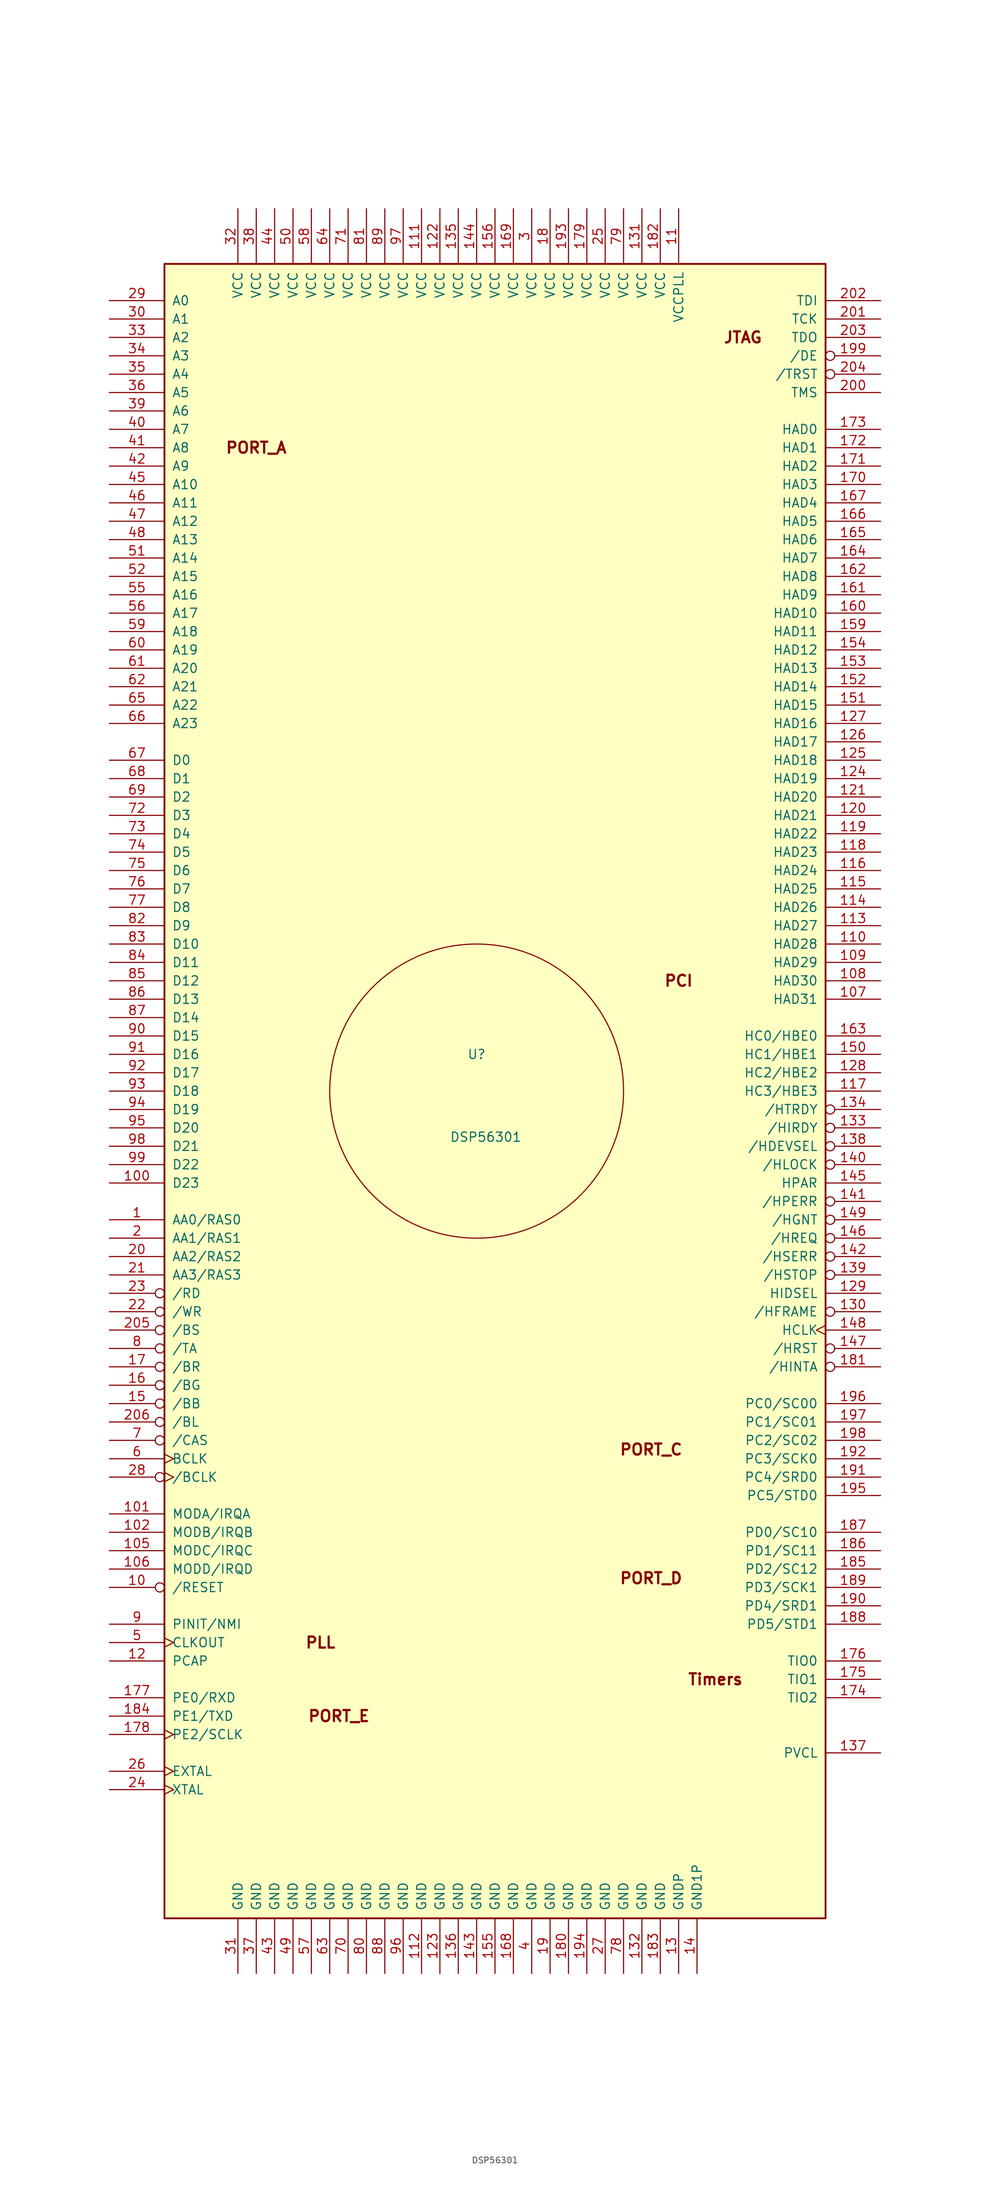
<source format=kicad_sym>
(kicad_symbol_lib
  (version 20220914)
  (generator kicad_symbol_editor)
  (symbol "DSP56301"
    (pin_names
      (offset 1.016))
    (property "Reference" "U"
      (at 0 2.54 0)
      (effects (font (size 1.27 1.27))))
    (property "Value" "DSP56301"
      (at 1.27 -8.89 0)
      (effects (font (size 1.27 1.27))))
    (symbol "DSP56301_0_1"
      (rectangle (start -43.18 111.76) (end 48.26 -116.84) (stroke (width 0.254) (type default)) (fill (type background)))
      (circle (center 0 -2.54) (radius 20.32) (stroke (width 0) (type default)) (fill (type none)))
      (text "JTAG" (at 36.83 101.6 0) (effects (font (size 1.524 1.524) bold)))
      (text "PCI" (at 27.94 12.7 0) (effects (font (size 1.524 1.524) bold)))
      (text "PLL" (at -21.59 -78.74 0) (effects (font (size 1.524 1.524) bold)))
      (text "PORT_A" (at -30.48 86.36 0) (effects (font (size 1.524 1.524) bold)))
      (text "PORT_C" (at 24.13 -52.07 0) (effects (font (size 1.524 1.524) bold)))
      (text "PORT_D" (at 24.13 -69.85 0) (effects (font (size 1.524 1.524) bold)))
      (text "PORT_E" (at -19.05 -88.9 0) (effects (font (size 1.524 1.524) bold)))
      (text "Timers" (at 33.02 -83.82 0) (effects (font (size 1.524 1.524) bold))))
    (symbol "DSP56301_1_1"
      (pin output line (at -50.8 -20.32 0) (length 7.62) (name "AA0/RAS0" (effects (font (size 1.27 1.27)))) (number "1" (effects (font (size 1.27 1.27)))))
      (pin input inverted (at -50.8 -71.12 0) (length 7.62) (name "/RESET" (effects (font (size 1.27 1.27)))) (number "10" (effects (font (size 1.27 1.27)))))
      (pin bidirectional line (at -50.8 -15.24 0) (length 7.62) (name "D23" (effects (font (size 1.27 1.27)))) (number "100" (effects (font (size 1.27 1.27)))))
      (pin input line (at -50.8 -60.96 0) (length 7.62) (name "MODA/IRQA" (effects (font (size 1.27 1.27)))) (number "101" (effects (font (size 1.27 1.27)))))
      (pin input line (at -50.8 -63.5 0) (length 7.62) (name "MODB/IRQB" (effects (font (size 1.27 1.27)))) (number "102" (effects (font (size 1.27 1.27)))))
      (pin input line (at -50.8 -66.04 0) (length 7.62) (name "MODC/IRQC" (effects (font (size 1.27 1.27)))) (number "105" (effects (font (size 1.27 1.27)))))
      (pin input line (at -50.8 -68.58 0) (length 7.62) (name "MODD/IRQD" (effects (font (size 1.27 1.27)))) (number "106" (effects (font (size 1.27 1.27)))))
      (pin bidirectional line (at 55.88 10.16 180) (length 7.62) (name "HAD31" (effects (font (size 1.27 1.27)))) (number "107" (effects (font (size 1.27 1.27)))))
      (pin bidirectional line (at 55.88 12.7 180) (length 7.62) (name "HAD30" (effects (font (size 1.27 1.27)))) (number "108" (effects (font (size 1.27 1.27)))))
      (pin bidirectional line (at 55.88 15.24 180) (length 7.62) (name "HAD29" (effects (font (size 1.27 1.27)))) (number "109" (effects (font (size 1.27 1.27)))))
      (pin power_in line (at 27.94 119.38 270) (length 7.62) (name "VCCPLL" (effects (font (size 1.27 1.27)))) (number "11" (effects (font (size 1.27 1.27)))))
      (pin bidirectional line (at 55.88 17.78 180) (length 7.62) (name "HAD28" (effects (font (size 1.27 1.27)))) (number "110" (effects (font (size 1.27 1.27)))))
      (pin power_in line (at -7.62 119.38 270) (length 7.62) (name "VCC" (effects (font (size 1.27 1.27)))) (number "111" (effects (font (size 1.27 1.27)))))
      (pin power_in line (at -7.62 -124.46 90) (length 7.62) (name "GND" (effects (font (size 1.27 1.27)))) (number "112" (effects (font (size 1.27 1.27)))))
      (pin bidirectional line (at 55.88 20.32 180) (length 7.62) (name "HAD27" (effects (font (size 1.27 1.27)))) (number "113" (effects (font (size 1.27 1.27)))))
      (pin bidirectional line (at 55.88 22.86 180) (length 7.62) (name "HAD26" (effects (font (size 1.27 1.27)))) (number "114" (effects (font (size 1.27 1.27)))))
      (pin bidirectional line (at 55.88 25.4 180) (length 7.62) (name "HAD25" (effects (font (size 1.27 1.27)))) (number "115" (effects (font (size 1.27 1.27)))))
      (pin bidirectional line (at 55.88 27.94 180) (length 7.62) (name "HAD24" (effects (font (size 1.27 1.27)))) (number "116" (effects (font (size 1.27 1.27)))))
      (pin bidirectional line (at 55.88 -2.54 180) (length 7.62) (name "HC3/HBE3" (effects (font (size 1.27 1.27)))) (number "117" (effects (font (size 1.27 1.27)))))
      (pin bidirectional line (at 55.88 30.48 180) (length 7.62) (name "HAD23" (effects (font (size 1.27 1.27)))) (number "118" (effects (font (size 1.27 1.27)))))
      (pin bidirectional line (at 55.88 33.02 180) (length 7.62) (name "HAD22" (effects (font (size 1.27 1.27)))) (number "119" (effects (font (size 1.27 1.27)))))
      (pin input line (at -50.8 -81.28 0) (length 7.62) (name "PCAP" (effects (font (size 1.27 1.27)))) (number "12" (effects (font (size 1.27 1.27)))))
      (pin bidirectional line (at 55.88 35.56 180) (length 7.62) (name "HAD21" (effects (font (size 1.27 1.27)))) (number "120" (effects (font (size 1.27 1.27)))))
      (pin bidirectional line (at 55.88 38.1 180) (length 7.62) (name "HAD20" (effects (font (size 1.27 1.27)))) (number "121" (effects (font (size 1.27 1.27)))))
      (pin power_in line (at -5.08 119.38 270) (length 7.62) (name "VCC" (effects (font (size 1.27 1.27)))) (number "122" (effects (font (size 1.27 1.27)))))
      (pin power_in line (at -5.08 -124.46 90) (length 7.62) (name "GND" (effects (font (size 1.27 1.27)))) (number "123" (effects (font (size 1.27 1.27)))))
      (pin bidirectional line (at 55.88 40.64 180) (length 7.62) (name "HAD19" (effects (font (size 1.27 1.27)))) (number "124" (effects (font (size 1.27 1.27)))))
      (pin bidirectional line (at 55.88 43.18 180) (length 7.62) (name "HAD18" (effects (font (size 1.27 1.27)))) (number "125" (effects (font (size 1.27 1.27)))))
      (pin bidirectional line (at 55.88 45.72 180) (length 7.62) (name "HAD17" (effects (font (size 1.27 1.27)))) (number "126" (effects (font (size 1.27 1.27)))))
      (pin bidirectional line (at 55.88 48.26 180) (length 7.62) (name "HAD16" (effects (font (size 1.27 1.27)))) (number "127" (effects (font (size 1.27 1.27)))))
      (pin bidirectional line (at 55.88 0 180) (length 7.62) (name "HC2/HBE2" (effects (font (size 1.27 1.27)))) (number "128" (effects (font (size 1.27 1.27)))))
      (pin input line (at 55.88 -30.48 180) (length 7.62) (name "HIDSEL" (effects (font (size 1.27 1.27)))) (number "129" (effects (font (size 1.27 1.27)))))
      (pin power_in line (at 27.94 -124.46 90) (length 7.62) (name "GNDP" (effects (font (size 1.27 1.27)))) (number "13" (effects (font (size 1.27 1.27)))))
      (pin bidirectional inverted (at 55.88 -33.02 180) (length 7.62) (name "/HFRAME" (effects (font (size 1.27 1.27)))) (number "130" (effects (font (size 1.27 1.27)))))
      (pin power_in line (at 22.86 119.38 270) (length 7.62) (name "VCC" (effects (font (size 1.27 1.27)))) (number "131" (effects (font (size 1.27 1.27)))))
      (pin power_in line (at 22.86 -124.46 90) (length 7.62) (name "GND" (effects (font (size 1.27 1.27)))) (number "132" (effects (font (size 1.27 1.27)))))
      (pin bidirectional inverted (at 55.88 -7.62 180) (length 7.62) (name "/HIRDY" (effects (font (size 1.27 1.27)))) (number "133" (effects (font (size 1.27 1.27)))))
      (pin bidirectional inverted (at 55.88 -5.08 180) (length 7.62) (name "/HTRDY" (effects (font (size 1.27 1.27)))) (number "134" (effects (font (size 1.27 1.27)))))
      (pin power_in line (at -2.54 119.38 270) (length 7.62) (name "VCC" (effects (font (size 1.27 1.27)))) (number "135" (effects (font (size 1.27 1.27)))))
      (pin power_in line (at -2.54 -124.46 90) (length 7.62) (name "GND" (effects (font (size 1.27 1.27)))) (number "136" (effects (font (size 1.27 1.27)))))
      (pin input line (at 55.88 -93.98 180) (length 7.62) (name "PVCL" (effects (font (size 1.27 1.27)))) (number "137" (effects (font (size 1.27 1.27)))))
      (pin bidirectional inverted (at 55.88 -10.16 180) (length 7.62) (name "/HDEVSEL" (effects (font (size 1.27 1.27)))) (number "138" (effects (font (size 1.27 1.27)))))
      (pin bidirectional inverted (at 55.88 -27.94 180) (length 7.62) (name "/HSTOP" (effects (font (size 1.27 1.27)))) (number "139" (effects (font (size 1.27 1.27)))))
      (pin power_in line (at 30.48 -124.46 90) (length 7.62) (name "GND1P" (effects (font (size 1.27 1.27)))) (number "14" (effects (font (size 1.27 1.27)))))
      (pin bidirectional inverted (at 55.88 -12.7 180) (length 7.62) (name "/HLOCK" (effects (font (size 1.27 1.27)))) (number "140" (effects (font (size 1.27 1.27)))))
      (pin bidirectional inverted (at 55.88 -17.78 180) (length 7.62) (name "/HPERR" (effects (font (size 1.27 1.27)))) (number "141" (effects (font (size 1.27 1.27)))))
      (pin output inverted (at 55.88 -25.4 180) (length 7.62) (name "/HSERR" (effects (font (size 1.27 1.27)))) (number "142" (effects (font (size 1.27 1.27)))))
      (pin power_in line (at 0 -124.46 90) (length 7.62) (name "GND" (effects (font (size 1.27 1.27)))) (number "143" (effects (font (size 1.27 1.27)))))
      (pin power_in line (at 0 119.38 270) (length 7.62) (name "VCC" (effects (font (size 1.27 1.27)))) (number "144" (effects (font (size 1.27 1.27)))))
      (pin bidirectional line (at 55.88 -15.24 180) (length 7.62) (name "HPAR" (effects (font (size 1.27 1.27)))) (number "145" (effects (font (size 1.27 1.27)))))
      (pin output inverted (at 55.88 -22.86 180) (length 7.62) (name "/HREQ" (effects (font (size 1.27 1.27)))) (number "146" (effects (font (size 1.27 1.27)))))
      (pin input inverted (at 55.88 -38.1 180) (length 7.62) (name "/HRST" (effects (font (size 1.27 1.27)))) (number "147" (effects (font (size 1.27 1.27)))))
      (pin input clock (at 55.88 -35.56 180) (length 7.62) (name "HCLK" (effects (font (size 1.27 1.27)))) (number "148" (effects (font (size 1.27 1.27)))))
      (pin input inverted (at 55.88 -20.32 180) (length 7.62) (name "/HGNT" (effects (font (size 1.27 1.27)))) (number "149" (effects (font (size 1.27 1.27)))))
      (pin bidirectional inverted (at -50.8 -45.72 0) (length 7.62) (name "/BB" (effects (font (size 1.27 1.27)))) (number "15" (effects (font (size 1.27 1.27)))))
      (pin bidirectional line (at 55.88 2.54 180) (length 7.62) (name "HC1/HBE1" (effects (font (size 1.27 1.27)))) (number "150" (effects (font (size 1.27 1.27)))))
      (pin bidirectional line (at 55.88 50.8 180) (length 7.62) (name "HAD15" (effects (font (size 1.27 1.27)))) (number "151" (effects (font (size 1.27 1.27)))))
      (pin bidirectional line (at 55.88 53.34 180) (length 7.62) (name "HAD14" (effects (font (size 1.27 1.27)))) (number "152" (effects (font (size 1.27 1.27)))))
      (pin bidirectional line (at 55.88 55.88 180) (length 7.62) (name "HAD13" (effects (font (size 1.27 1.27)))) (number "153" (effects (font (size 1.27 1.27)))))
      (pin bidirectional line (at 55.88 58.42 180) (length 7.62) (name "HAD12" (effects (font (size 1.27 1.27)))) (number "154" (effects (font (size 1.27 1.27)))))
      (pin power_in line (at 2.54 -124.46 90) (length 7.62) (name "GND" (effects (font (size 1.27 1.27)))) (number "155" (effects (font (size 1.27 1.27)))))
      (pin power_in line (at 2.54 119.38 270) (length 7.62) (name "VCC" (effects (font (size 1.27 1.27)))) (number "156" (effects (font (size 1.27 1.27)))))
      (pin bidirectional line (at 55.88 60.96 180) (length 7.62) (name "HAD11" (effects (font (size 1.27 1.27)))) (number "159" (effects (font (size 1.27 1.27)))))
      (pin input inverted (at -50.8 -43.18 0) (length 7.62) (name "/BG" (effects (font (size 1.27 1.27)))) (number "16" (effects (font (size 1.27 1.27)))))
      (pin bidirectional line (at 55.88 63.5 180) (length 7.62) (name "HAD10" (effects (font (size 1.27 1.27)))) (number "160" (effects (font (size 1.27 1.27)))))
      (pin bidirectional line (at 55.88 66.04 180) (length 7.62) (name "HAD9" (effects (font (size 1.27 1.27)))) (number "161" (effects (font (size 1.27 1.27)))))
      (pin bidirectional line (at 55.88 68.58 180) (length 7.62) (name "HAD8" (effects (font (size 1.27 1.27)))) (number "162" (effects (font (size 1.27 1.27)))))
      (pin bidirectional line (at 55.88 5.08 180) (length 7.62) (name "HC0/HBE0" (effects (font (size 1.27 1.27)))) (number "163" (effects (font (size 1.27 1.27)))))
      (pin bidirectional line (at 55.88 71.12 180) (length 7.62) (name "HAD7" (effects (font (size 1.27 1.27)))) (number "164" (effects (font (size 1.27 1.27)))))
      (pin bidirectional line (at 55.88 73.66 180) (length 7.62) (name "HAD6" (effects (font (size 1.27 1.27)))) (number "165" (effects (font (size 1.27 1.27)))))
      (pin bidirectional line (at 55.88 76.2 180) (length 7.62) (name "HAD5" (effects (font (size 1.27 1.27)))) (number "166" (effects (font (size 1.27 1.27)))))
      (pin bidirectional line (at 55.88 78.74 180) (length 7.62) (name "HAD4" (effects (font (size 1.27 1.27)))) (number "167" (effects (font (size 1.27 1.27)))))
      (pin power_in line (at 5.08 -124.46 90) (length 7.62) (name "GND" (effects (font (size 1.27 1.27)))) (number "168" (effects (font (size 1.27 1.27)))))
      (pin power_in line (at 5.08 119.38 270) (length 7.62) (name "VCC" (effects (font (size 1.27 1.27)))) (number "169" (effects (font (size 1.27 1.27)))))
      (pin output inverted (at -50.8 -40.64 0) (length 7.62) (name "/BR" (effects (font (size 1.27 1.27)))) (number "17" (effects (font (size 1.27 1.27)))))
      (pin bidirectional line (at 55.88 81.28 180) (length 7.62) (name "HAD3" (effects (font (size 1.27 1.27)))) (number "170" (effects (font (size 1.27 1.27)))))
      (pin bidirectional line (at 55.88 83.82 180) (length 7.62) (name "HAD2" (effects (font (size 1.27 1.27)))) (number "171" (effects (font (size 1.27 1.27)))))
      (pin bidirectional line (at 55.88 86.36 180) (length 7.62) (name "HAD1" (effects (font (size 1.27 1.27)))) (number "172" (effects (font (size 1.27 1.27)))))
      (pin bidirectional line (at 55.88 88.9 180) (length 7.62) (name "HAD0" (effects (font (size 1.27 1.27)))) (number "173" (effects (font (size 1.27 1.27)))))
      (pin bidirectional line (at 55.88 -86.36 180) (length 7.62) (name "TIO2" (effects (font (size 1.27 1.27)))) (number "174" (effects (font (size 1.27 1.27)))))
      (pin bidirectional line (at 55.88 -83.82 180) (length 7.62) (name "TIO1" (effects (font (size 1.27 1.27)))) (number "175" (effects (font (size 1.27 1.27)))))
      (pin bidirectional line (at 55.88 -81.28 180) (length 7.62) (name "TIO0" (effects (font (size 1.27 1.27)))) (number "176" (effects (font (size 1.27 1.27)))))
      (pin bidirectional line (at -50.8 -86.36 0) (length 7.62) (name "PE0/RXD" (effects (font (size 1.27 1.27)))) (number "177" (effects (font (size 1.27 1.27)))))
      (pin bidirectional clock (at -50.8 -91.44 0) (length 7.62) (name "PE2/SCLK" (effects (font (size 1.27 1.27)))) (number "178" (effects (font (size 1.27 1.27)))))
      (pin power_in line (at 15.24 119.38 270) (length 7.62) (name "VCC" (effects (font (size 1.27 1.27)))) (number "179" (effects (font (size 1.27 1.27)))))
      (pin power_in line (at 10.16 119.38 270) (length 7.62) (name "VCC" (effects (font (size 1.27 1.27)))) (number "18" (effects (font (size 1.27 1.27)))))
      (pin power_in line (at 12.7 -124.46 90) (length 7.62) (name "GND" (effects (font (size 1.27 1.27)))) (number "180" (effects (font (size 1.27 1.27)))))
      (pin output inverted (at 55.88 -40.64 180) (length 7.62) (name "/HINTA" (effects (font (size 1.27 1.27)))) (number "181" (effects (font (size 1.27 1.27)))))
      (pin power_in line (at 25.4 119.38 270) (length 7.62) (name "VCC" (effects (font (size 1.27 1.27)))) (number "182" (effects (font (size 1.27 1.27)))))
      (pin power_in line (at 25.4 -124.46 90) (length 7.62) (name "GND" (effects (font (size 1.27 1.27)))) (number "183" (effects (font (size 1.27 1.27)))))
      (pin bidirectional line (at -50.8 -88.9 0) (length 7.62) (name "PE1/TXD" (effects (font (size 1.27 1.27)))) (number "184" (effects (font (size 1.27 1.27)))))
      (pin bidirectional line (at 55.88 -68.58 180) (length 7.62) (name "PD2/SC12" (effects (font (size 1.27 1.27)))) (number "185" (effects (font (size 1.27 1.27)))))
      (pin bidirectional line (at 55.88 -66.04 180) (length 7.62) (name "PD1/SC11" (effects (font (size 1.27 1.27)))) (number "186" (effects (font (size 1.27 1.27)))))
      (pin bidirectional line (at 55.88 -63.5 180) (length 7.62) (name "PD0/SC10" (effects (font (size 1.27 1.27)))) (number "187" (effects (font (size 1.27 1.27)))))
      (pin bidirectional line (at 55.88 -76.2 180) (length 7.62) (name "PD5/STD1" (effects (font (size 1.27 1.27)))) (number "188" (effects (font (size 1.27 1.27)))))
      (pin bidirectional line (at 55.88 -71.12 180) (length 7.62) (name "PD3/SCK1" (effects (font (size 1.27 1.27)))) (number "189" (effects (font (size 1.27 1.27)))))
      (pin power_in line (at 10.16 -124.46 90) (length 7.62) (name "GND" (effects (font (size 1.27 1.27)))) (number "19" (effects (font (size 1.27 1.27)))))
      (pin bidirectional line (at 55.88 -73.66 180) (length 7.62) (name "PD4/SRD1" (effects (font (size 1.27 1.27)))) (number "190" (effects (font (size 1.27 1.27)))))
      (pin bidirectional line (at 55.88 -55.88 180) (length 7.62) (name "PC4/SRD0" (effects (font (size 1.27 1.27)))) (number "191" (effects (font (size 1.27 1.27)))))
      (pin bidirectional line (at 55.88 -53.34 180) (length 7.62) (name "PC3/SCK0" (effects (font (size 1.27 1.27)))) (number "192" (effects (font (size 1.27 1.27)))))
      (pin power_in line (at 12.7 119.38 270) (length 7.62) (name "VCC" (effects (font (size 1.27 1.27)))) (number "193" (effects (font (size 1.27 1.27)))))
      (pin power_in line (at 15.24 -124.46 90) (length 7.62) (name "GND" (effects (font (size 1.27 1.27)))) (number "194" (effects (font (size 1.27 1.27)))))
      (pin bidirectional line (at 55.88 -58.42 180) (length 7.62) (name "PC5/STD0" (effects (font (size 1.27 1.27)))) (number "195" (effects (font (size 1.27 1.27)))))
      (pin bidirectional line (at 55.88 -45.72 180) (length 7.62) (name "PC0/SC00" (effects (font (size 1.27 1.27)))) (number "196" (effects (font (size 1.27 1.27)))))
      (pin bidirectional line (at 55.88 -48.26 180) (length 7.62) (name "PC1/SC01" (effects (font (size 1.27 1.27)))) (number "197" (effects (font (size 1.27 1.27)))))
      (pin bidirectional line (at 55.88 -50.8 180) (length 7.62) (name "PC2/SC02" (effects (font (size 1.27 1.27)))) (number "198" (effects (font (size 1.27 1.27)))))
      (pin output inverted (at 55.88 99.06 180) (length 7.62) (name "/DE" (effects (font (size 1.27 1.27)))) (number "199" (effects (font (size 1.27 1.27)))))
      (pin output line (at -50.8 -22.86 0) (length 7.62) (name "AA1/RAS1" (effects (font (size 1.27 1.27)))) (number "2" (effects (font (size 1.27 1.27)))))
      (pin output line (at -50.8 -25.4 0) (length 7.62) (name "AA2/RAS2" (effects (font (size 1.27 1.27)))) (number "20" (effects (font (size 1.27 1.27)))))
      (pin input line (at 55.88 93.98 180) (length 7.62) (name "TMS" (effects (font (size 1.27 1.27)))) (number "200" (effects (font (size 1.27 1.27)))))
      (pin input line (at 55.88 104.14 180) (length 7.62) (name "TCK" (effects (font (size 1.27 1.27)))) (number "201" (effects (font (size 1.27 1.27)))))
      (pin input line (at 55.88 106.68 180) (length 7.62) (name "TDI" (effects (font (size 1.27 1.27)))) (number "202" (effects (font (size 1.27 1.27)))))
      (pin output line (at 55.88 101.6 180) (length 7.62) (name "TDO" (effects (font (size 1.27 1.27)))) (number "203" (effects (font (size 1.27 1.27)))))
      (pin input inverted (at 55.88 96.52 180) (length 7.62) (name "/TRST" (effects (font (size 1.27 1.27)))) (number "204" (effects (font (size 1.27 1.27)))))
      (pin output inverted (at -50.8 -35.56 0) (length 7.62) (name "/BS" (effects (font (size 1.27 1.27)))) (number "205" (effects (font (size 1.27 1.27)))))
      (pin output inverted (at -50.8 -48.26 0) (length 7.62) (name "/BL" (effects (font (size 1.27 1.27)))) (number "206" (effects (font (size 1.27 1.27)))))
      (pin output line (at -50.8 -27.94 0) (length 7.62) (name "AA3/RAS3" (effects (font (size 1.27 1.27)))) (number "21" (effects (font (size 1.27 1.27)))))
      (pin output inverted (at -50.8 -33.02 0) (length 7.62) (name "/WR" (effects (font (size 1.27 1.27)))) (number "22" (effects (font (size 1.27 1.27)))))
      (pin output inverted (at -50.8 -30.48 0) (length 7.62) (name "/RD" (effects (font (size 1.27 1.27)))) (number "23" (effects (font (size 1.27 1.27)))))
      (pin output clock (at -50.8 -99.06 0) (length 7.62) (name "XTAL" (effects (font (size 1.27 1.27)))) (number "24" (effects (font (size 1.27 1.27)))))
      (pin power_in line (at 17.78 119.38 270) (length 7.62) (name "VCC" (effects (font (size 1.27 1.27)))) (number "25" (effects (font (size 1.27 1.27)))))
      (pin input clock (at -50.8 -96.52 0) (length 7.62) (name "EXTAL" (effects (font (size 1.27 1.27)))) (number "26" (effects (font (size 1.27 1.27)))))
      (pin power_in line (at 17.78 -124.46 90) (length 7.62) (name "GND" (effects (font (size 1.27 1.27)))) (number "27" (effects (font (size 1.27 1.27)))))
      (pin output inverted_clock (at -50.8 -55.88 0) (length 7.62) (name "/BCLK" (effects (font (size 1.27 1.27)))) (number "28" (effects (font (size 1.27 1.27)))))
      (pin output line (at -50.8 106.68 0) (length 7.62) (name "A0" (effects (font (size 1.27 1.27)))) (number "29" (effects (font (size 1.27 1.27)))))
      (pin power_in line (at 7.62 119.38 270) (length 7.62) (name "VCC" (effects (font (size 1.27 1.27)))) (number "3" (effects (font (size 1.27 1.27)))))
      (pin output line (at -50.8 104.14 0) (length 7.62) (name "A1" (effects (font (size 1.27 1.27)))) (number "30" (effects (font (size 1.27 1.27)))))
      (pin power_in line (at -33.02 -124.46 90) (length 7.62) (name "GND" (effects (font (size 1.27 1.27)))) (number "31" (effects (font (size 1.27 1.27)))))
      (pin power_in line (at -33.02 119.38 270) (length 7.62) (name "VCC" (effects (font (size 1.27 1.27)))) (number "32" (effects (font (size 1.27 1.27)))))
      (pin output line (at -50.8 101.6 0) (length 7.62) (name "A2" (effects (font (size 1.27 1.27)))) (number "33" (effects (font (size 1.27 1.27)))))
      (pin output line (at -50.8 99.06 0) (length 7.62) (name "A3" (effects (font (size 1.27 1.27)))) (number "34" (effects (font (size 1.27 1.27)))))
      (pin output line (at -50.8 96.52 0) (length 7.62) (name "A4" (effects (font (size 1.27 1.27)))) (number "35" (effects (font (size 1.27 1.27)))))
      (pin output line (at -50.8 93.98 0) (length 7.62) (name "A5" (effects (font (size 1.27 1.27)))) (number "36" (effects (font (size 1.27 1.27)))))
      (pin power_in line (at -30.48 -124.46 90) (length 7.62) (name "GND" (effects (font (size 1.27 1.27)))) (number "37" (effects (font (size 1.27 1.27)))))
      (pin power_in line (at -30.48 119.38 270) (length 7.62) (name "VCC" (effects (font (size 1.27 1.27)))) (number "38" (effects (font (size 1.27 1.27)))))
      (pin output line (at -50.8 91.44 0) (length 7.62) (name "A6" (effects (font (size 1.27 1.27)))) (number "39" (effects (font (size 1.27 1.27)))))
      (pin power_in line (at 7.62 -124.46 90) (length 7.62) (name "GND" (effects (font (size 1.27 1.27)))) (number "4" (effects (font (size 1.27 1.27)))))
      (pin output line (at -50.8 88.9 0) (length 7.62) (name "A7" (effects (font (size 1.27 1.27)))) (number "40" (effects (font (size 1.27 1.27)))))
      (pin output line (at -50.8 86.36 0) (length 7.62) (name "A8" (effects (font (size 1.27 1.27)))) (number "41" (effects (font (size 1.27 1.27)))))
      (pin output line (at -50.8 83.82 0) (length 7.62) (name "A9" (effects (font (size 1.27 1.27)))) (number "42" (effects (font (size 1.27 1.27)))))
      (pin power_in line (at -27.94 -124.46 90) (length 7.62) (name "GND" (effects (font (size 1.27 1.27)))) (number "43" (effects (font (size 1.27 1.27)))))
      (pin power_in line (at -27.94 119.38 270) (length 7.62) (name "VCC" (effects (font (size 1.27 1.27)))) (number "44" (effects (font (size 1.27 1.27)))))
      (pin output line (at -50.8 81.28 0) (length 7.62) (name "A10" (effects (font (size 1.27 1.27)))) (number "45" (effects (font (size 1.27 1.27)))))
      (pin output line (at -50.8 78.74 0) (length 7.62) (name "A11" (effects (font (size 1.27 1.27)))) (number "46" (effects (font (size 1.27 1.27)))))
      (pin output line (at -50.8 76.2 0) (length 7.62) (name "A12" (effects (font (size 1.27 1.27)))) (number "47" (effects (font (size 1.27 1.27)))))
      (pin output line (at -50.8 73.66 0) (length 7.62) (name "A13" (effects (font (size 1.27 1.27)))) (number "48" (effects (font (size 1.27 1.27)))))
      (pin power_in line (at -25.4 -124.46 90) (length 7.62) (name "GND" (effects (font (size 1.27 1.27)))) (number "49" (effects (font (size 1.27 1.27)))))
      (pin output clock (at -50.8 -78.74 0) (length 7.62) (name "CLKOUT" (effects (font (size 1.27 1.27)))) (number "5" (effects (font (size 1.27 1.27)))))
      (pin power_in line (at -25.4 119.38 270) (length 7.62) (name "VCC" (effects (font (size 1.27 1.27)))) (number "50" (effects (font (size 1.27 1.27)))))
      (pin output line (at -50.8 71.12 0) (length 7.62) (name "A14" (effects (font (size 1.27 1.27)))) (number "51" (effects (font (size 1.27 1.27)))))
      (pin output line (at -50.8 68.58 0) (length 7.62) (name "A15" (effects (font (size 1.27 1.27)))) (number "52" (effects (font (size 1.27 1.27)))))
      (pin output line (at -50.8 66.04 0) (length 7.62) (name "A16" (effects (font (size 1.27 1.27)))) (number "55" (effects (font (size 1.27 1.27)))))
      (pin output line (at -50.8 63.5 0) (length 7.62) (name "A17" (effects (font (size 1.27 1.27)))) (number "56" (effects (font (size 1.27 1.27)))))
      (pin power_in line (at -22.86 -124.46 90) (length 7.62) (name "GND" (effects (font (size 1.27 1.27)))) (number "57" (effects (font (size 1.27 1.27)))))
      (pin power_in line (at -22.86 119.38 270) (length 7.62) (name "VCC" (effects (font (size 1.27 1.27)))) (number "58" (effects (font (size 1.27 1.27)))))
      (pin output line (at -50.8 60.96 0) (length 7.62) (name "A18" (effects (font (size 1.27 1.27)))) (number "59" (effects (font (size 1.27 1.27)))))
      (pin output clock (at -50.8 -53.34 0) (length 7.62) (name "BCLK" (effects (font (size 1.27 1.27)))) (number "6" (effects (font (size 1.27 1.27)))))
      (pin output line (at -50.8 58.42 0) (length 7.62) (name "A19" (effects (font (size 1.27 1.27)))) (number "60" (effects (font (size 1.27 1.27)))))
      (pin output line (at -50.8 55.88 0) (length 7.62) (name "A20" (effects (font (size 1.27 1.27)))) (number "61" (effects (font (size 1.27 1.27)))))
      (pin output line (at -50.8 53.34 0) (length 7.62) (name "A21" (effects (font (size 1.27 1.27)))) (number "62" (effects (font (size 1.27 1.27)))))
      (pin power_in line (at -20.32 -124.46 90) (length 7.62) (name "GND" (effects (font (size 1.27 1.27)))) (number "63" (effects (font (size 1.27 1.27)))))
      (pin power_in line (at -20.32 119.38 270) (length 7.62) (name "VCC" (effects (font (size 1.27 1.27)))) (number "64" (effects (font (size 1.27 1.27)))))
      (pin output line (at -50.8 50.8 0) (length 7.62) (name "A22" (effects (font (size 1.27 1.27)))) (number "65" (effects (font (size 1.27 1.27)))))
      (pin output line (at -50.8 48.26 0) (length 7.62) (name "A23" (effects (font (size 1.27 1.27)))) (number "66" (effects (font (size 1.27 1.27)))))
      (pin bidirectional line (at -50.8 43.18 0) (length 7.62) (name "D0" (effects (font (size 1.27 1.27)))) (number "67" (effects (font (size 1.27 1.27)))))
      (pin bidirectional line (at -50.8 40.64 0) (length 7.62) (name "D1" (effects (font (size 1.27 1.27)))) (number "68" (effects (font (size 1.27 1.27)))))
      (pin bidirectional line (at -50.8 38.1 0) (length 7.62) (name "D2" (effects (font (size 1.27 1.27)))) (number "69" (effects (font (size 1.27 1.27)))))
      (pin output inverted (at -50.8 -50.8 0) (length 7.62) (name "/CAS" (effects (font (size 1.27 1.27)))) (number "7" (effects (font (size 1.27 1.27)))))
      (pin power_in line (at -17.78 -124.46 90) (length 7.62) (name "GND" (effects (font (size 1.27 1.27)))) (number "70" (effects (font (size 1.27 1.27)))))
      (pin power_in line (at -17.78 119.38 270) (length 7.62) (name "VCC" (effects (font (size 1.27 1.27)))) (number "71" (effects (font (size 1.27 1.27)))))
      (pin bidirectional line (at -50.8 35.56 0) (length 7.62) (name "D3" (effects (font (size 1.27 1.27)))) (number "72" (effects (font (size 1.27 1.27)))))
      (pin bidirectional line (at -50.8 33.02 0) (length 7.62) (name "D4" (effects (font (size 1.27 1.27)))) (number "73" (effects (font (size 1.27 1.27)))))
      (pin bidirectional line (at -50.8 30.48 0) (length 7.62) (name "D5" (effects (font (size 1.27 1.27)))) (number "74" (effects (font (size 1.27 1.27)))))
      (pin bidirectional line (at -50.8 27.94 0) (length 7.62) (name "D6" (effects (font (size 1.27 1.27)))) (number "75" (effects (font (size 1.27 1.27)))))
      (pin bidirectional line (at -50.8 25.4 0) (length 7.62) (name "D7" (effects (font (size 1.27 1.27)))) (number "76" (effects (font (size 1.27 1.27)))))
      (pin bidirectional line (at -50.8 22.86 0) (length 7.62) (name "D8" (effects (font (size 1.27 1.27)))) (number "77" (effects (font (size 1.27 1.27)))))
      (pin power_in line (at 20.32 -124.46 90) (length 7.62) (name "GND" (effects (font (size 1.27 1.27)))) (number "78" (effects (font (size 1.27 1.27)))))
      (pin power_in line (at 20.32 119.38 270) (length 7.62) (name "VCC" (effects (font (size 1.27 1.27)))) (number "79" (effects (font (size 1.27 1.27)))))
      (pin input inverted (at -50.8 -38.1 0) (length 7.62) (name "/TA" (effects (font (size 1.27 1.27)))) (number "8" (effects (font (size 1.27 1.27)))))
      (pin power_in line (at -15.24 -124.46 90) (length 7.62) (name "GND" (effects (font (size 1.27 1.27)))) (number "80" (effects (font (size 1.27 1.27)))))
      (pin power_in line (at -15.24 119.38 270) (length 7.62) (name "VCC" (effects (font (size 1.27 1.27)))) (number "81" (effects (font (size 1.27 1.27)))))
      (pin bidirectional line (at -50.8 20.32 0) (length 7.62) (name "D9" (effects (font (size 1.27 1.27)))) (number "82" (effects (font (size 1.27 1.27)))))
      (pin bidirectional line (at -50.8 17.78 0) (length 7.62) (name "D10" (effects (font (size 1.27 1.27)))) (number "83" (effects (font (size 1.27 1.27)))))
      (pin bidirectional line (at -50.8 15.24 0) (length 7.62) (name "D11" (effects (font (size 1.27 1.27)))) (number "84" (effects (font (size 1.27 1.27)))))
      (pin bidirectional line (at -50.8 12.7 0) (length 7.62) (name "D12" (effects (font (size 1.27 1.27)))) (number "85" (effects (font (size 1.27 1.27)))))
      (pin bidirectional line (at -50.8 10.16 0) (length 7.62) (name "D13" (effects (font (size 1.27 1.27)))) (number "86" (effects (font (size 1.27 1.27)))))
      (pin bidirectional line (at -50.8 7.62 0) (length 7.62) (name "D14" (effects (font (size 1.27 1.27)))) (number "87" (effects (font (size 1.27 1.27)))))
      (pin power_in line (at -12.7 -124.46 90) (length 7.62) (name "GND" (effects (font (size 1.27 1.27)))) (number "88" (effects (font (size 1.27 1.27)))))
      (pin power_in line (at -12.7 119.38 270) (length 7.62) (name "VCC" (effects (font (size 1.27 1.27)))) (number "89" (effects (font (size 1.27 1.27)))))
      (pin input line (at -50.8 -76.2 0) (length 7.62) (name "PINIT/NMI" (effects (font (size 1.27 1.27)))) (number "9" (effects (font (size 1.27 1.27)))))
      (pin bidirectional line (at -50.8 5.08 0) (length 7.62) (name "D15" (effects (font (size 1.27 1.27)))) (number "90" (effects (font (size 1.27 1.27)))))
      (pin bidirectional line (at -50.8 2.54 0) (length 7.62) (name "D16" (effects (font (size 1.27 1.27)))) (number "91" (effects (font (size 1.27 1.27)))))
      (pin bidirectional line (at -50.8 0 0) (length 7.62) (name "D17" (effects (font (size 1.27 1.27)))) (number "92" (effects (font (size 1.27 1.27)))))
      (pin bidirectional line (at -50.8 -2.54 0) (length 7.62) (name "D18" (effects (font (size 1.27 1.27)))) (number "93" (effects (font (size 1.27 1.27)))))
      (pin bidirectional line (at -50.8 -5.08 0) (length 7.62) (name "D19" (effects (font (size 1.27 1.27)))) (number "94" (effects (font (size 1.27 1.27)))))
      (pin bidirectional line (at -50.8 -7.62 0) (length 7.62) (name "D20" (effects (font (size 1.27 1.27)))) (number "95" (effects (font (size 1.27 1.27)))))
      (pin power_in line (at -10.16 -124.46 90) (length 7.62) (name "GND" (effects (font (size 1.27 1.27)))) (number "96" (effects (font (size 1.27 1.27)))))
      (pin power_in line (at -10.16 119.38 270) (length 7.62) (name "VCC" (effects (font (size 1.27 1.27)))) (number "97" (effects (font (size 1.27 1.27)))))
      (pin bidirectional line (at -50.8 -10.16 0) (length 7.62) (name "D21" (effects (font (size 1.27 1.27)))) (number "98" (effects (font (size 1.27 1.27)))))
      (pin bidirectional line (at -50.8 -12.7 0) (length 7.62) (name "D22" (effects (font (size 1.27 1.27)))) (number "99" (effects (font (size 1.27 1.27))))))))
</source>
